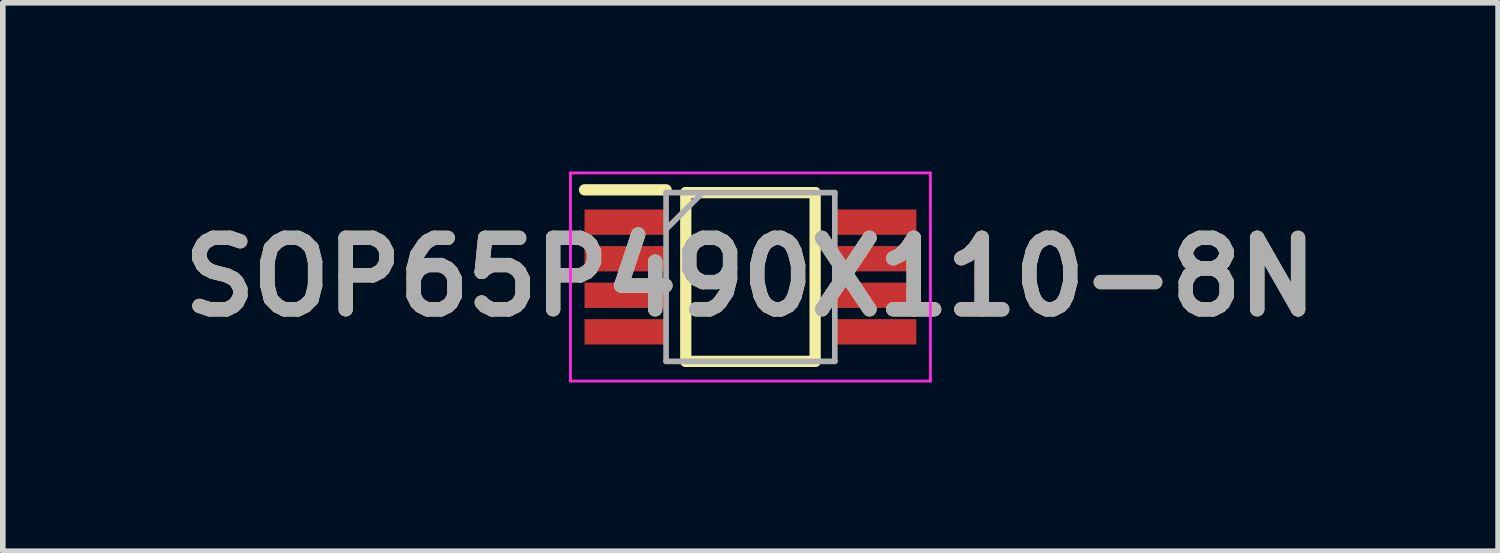
<source format=kicad_pcb>
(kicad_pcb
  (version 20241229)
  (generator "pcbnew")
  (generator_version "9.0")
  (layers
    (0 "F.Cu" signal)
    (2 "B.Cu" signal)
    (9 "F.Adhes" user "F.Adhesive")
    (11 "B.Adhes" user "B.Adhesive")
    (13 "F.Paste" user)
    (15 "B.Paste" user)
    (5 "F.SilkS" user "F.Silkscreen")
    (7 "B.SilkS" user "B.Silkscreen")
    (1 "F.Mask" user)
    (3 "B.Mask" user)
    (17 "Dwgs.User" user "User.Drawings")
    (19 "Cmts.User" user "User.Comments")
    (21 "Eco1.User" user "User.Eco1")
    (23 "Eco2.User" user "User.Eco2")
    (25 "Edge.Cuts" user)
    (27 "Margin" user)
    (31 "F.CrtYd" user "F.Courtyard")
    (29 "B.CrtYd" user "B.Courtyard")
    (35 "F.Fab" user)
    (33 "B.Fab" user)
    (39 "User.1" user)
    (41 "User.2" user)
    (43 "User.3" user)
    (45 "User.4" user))
  (footprint "SOP65P490X110-8N"
    (layer "F.Cu")
    (at 10.293 1.875)
    (property "Reference" "SOP65P490X110-8N" (at 0 0 0) (layer "F.SilkS") (effects (font (size 1.27 1.27) (thickness 0.254))))
    (attr smd)
    (fp_line (start -2.95 -1.55) (end -1.5 -1.55) (stroke (width 0.2) (type solid)) (layer "F.SilkS"))
    (fp_line (start -1.15 -1.5) (end 1.15 -1.5) (stroke (width 0.2) (type solid)) (layer "F.SilkS"))
    (fp_line (start -1.15 1.5) (end -1.15 -1.5) (stroke (width 0.2) (type solid)) (layer "F.SilkS"))
    (fp_line (start 1.15 -1.5) (end 1.15 1.5) (stroke (width 0.2) (type solid)) (layer "F.SilkS"))
    (fp_line (start 1.15 1.5) (end -1.15 1.5) (stroke (width 0.2) (type solid)) (layer "F.SilkS"))
    (fp_line (start -3.2 -1.85) (end 3.2 -1.85) (stroke (width 0.05) (type solid)) (layer "F.CrtYd"))
    (fp_line (start -3.2 1.85) (end -3.2 -1.85) (stroke (width 0.05) (type solid)) (layer "F.CrtYd"))
    (fp_line (start 3.2 -1.85) (end 3.2 1.85) (stroke (width 0.05) (type solid)) (layer "F.CrtYd"))
    (fp_line (start 3.2 1.85) (end -3.2 1.85) (stroke (width 0.05) (type solid)) (layer "F.CrtYd"))
    (fp_line (start -1.5 -1.5) (end 1.5 -1.5) (stroke (width 0.1) (type solid)) (layer "F.Fab"))
    (fp_line (start -1.5 -0.85) (end -0.85 -1.5) (stroke (width 0.1) (type solid)) (layer "F.Fab"))
    (fp_line (start -1.5 1.5) (end -1.5 -1.5) (stroke (width 0.1) (type solid)) (layer "F.Fab"))
    (fp_line (start 1.5 -1.5) (end 1.5 1.5) (stroke (width 0.1) (type solid)) (layer "F.Fab"))
    (fp_line (start 1.5 1.5) (end -1.5 1.5) (stroke (width 0.1) (type solid)) (layer "F.Fab"))
    (fp_text user "${REFERENCE}" (at 0 0 0) (layer "F.Fab") (effects (font (size 1.27 1.27) (thickness 0.254))))
    (pad "1" smd rect (at -2.225 -0.975 90) (size 0.45 1.45) (layers "F.Cu" "F.Mask" "F.Paste"))
    (pad "2" smd rect (at -2.225 -0.325 90) (size 0.45 1.45) (layers "F.Cu" "F.Mask" "F.Paste"))
    (pad "3" smd rect (at -2.225 0.325 90) (size 0.45 1.45) (layers "F.Cu" "F.Mask" "F.Paste"))
    (pad "4" smd rect (at -2.225 0.975 90) (size 0.45 1.45) (layers "F.Cu" "F.Mask" "F.Paste"))
    (pad "5" smd rect (at 2.225 0.975 90) (size 0.45 1.45) (layers "F.Cu" "F.Mask" "F.Paste"))
    (pad "6" smd rect (at 2.225 0.325 90) (size 0.45 1.45) (layers "F.Cu" "F.Mask" "F.Paste"))
    (pad "7" smd rect (at 2.225 -0.325 90) (size 0.45 1.45) (layers "F.Cu" "F.Mask" "F.Paste"))
    (pad "8" smd rect (at 2.225 -0.975 90) (size 0.45 1.45) (layers "F.Cu" "F.Mask" "F.Paste")))
  (gr_rect
    (start -3 -3)
    (end 23.586 6.75)
    (stroke (width 0.1) (type default))
    (fill no)
    (layer "Edge.Cuts")))
</source>
